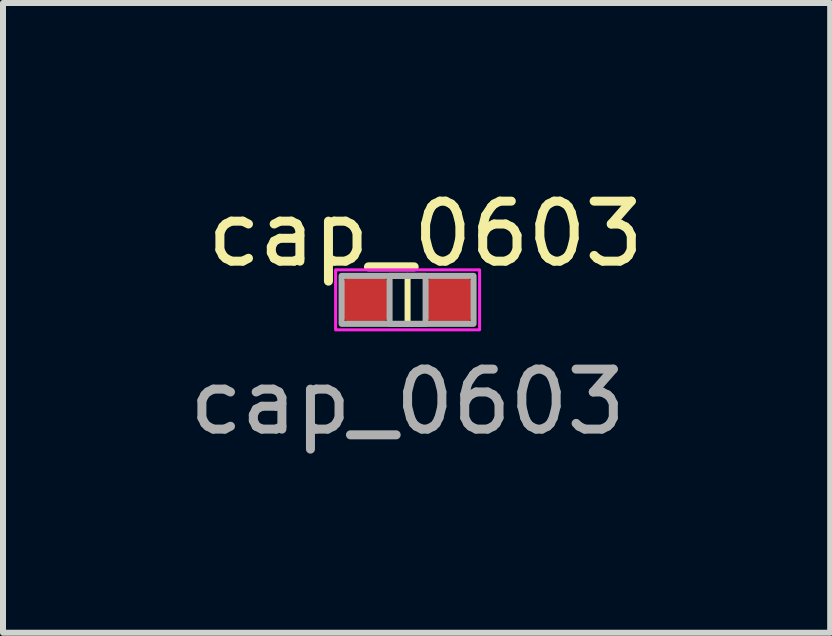
<source format=kicad_pcb>
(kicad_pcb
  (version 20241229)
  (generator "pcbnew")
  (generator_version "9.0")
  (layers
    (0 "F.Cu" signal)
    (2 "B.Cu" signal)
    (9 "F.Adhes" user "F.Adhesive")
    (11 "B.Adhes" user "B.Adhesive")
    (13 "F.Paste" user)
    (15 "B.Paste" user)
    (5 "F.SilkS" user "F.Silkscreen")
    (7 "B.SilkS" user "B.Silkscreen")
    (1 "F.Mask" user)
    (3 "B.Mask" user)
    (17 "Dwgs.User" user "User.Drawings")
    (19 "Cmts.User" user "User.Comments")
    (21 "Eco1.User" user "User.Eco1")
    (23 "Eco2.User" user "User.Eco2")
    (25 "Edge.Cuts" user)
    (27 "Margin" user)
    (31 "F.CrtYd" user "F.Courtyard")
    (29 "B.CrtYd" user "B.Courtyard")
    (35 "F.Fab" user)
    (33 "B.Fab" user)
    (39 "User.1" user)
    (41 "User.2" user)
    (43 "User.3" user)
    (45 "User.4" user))
  (footprint "cap_0603"
    (layer "F.Cu")
    (at 3.744 1.948)
    (property "Reference" "cap_0603" (at 0.3 -1.1 0) (unlocked yes) (layer "F.SilkS") (effects (font (size 1 1) (thickness 0.15))))
    (attr smd)
    (fp_line (start 0 -0.4) (end 0 0.4) (stroke (width 0.1) (type default)) (layer "F.SilkS"))
    (fp_rect (start -1.2 -0.5) (end 1.2 0.5) (stroke (width 0.05) (type default)) (fill no) (layer "F.CrtYd"))
    (fp_rect (start -1.1 -0.4) (end 1.1 0.4) (stroke (width 0.1) (type default)) (fill no) (layer "F.Fab"))
    (fp_rect (start -0.3 -0.4) (end 0.3 0.4) (stroke (width 0.1) (type default)) (fill no) (layer "F.Fab"))
    (fp_text user "${REFERENCE}" (at 0 1.7 0) (unlocked yes) (layer "F.Fab") (effects (font (size 1 1) (thickness 0.15))))
    (pad "1" smd roundrect (at -0.7 0) (size 0.8 0.8) (layers "F.Cu" "F.Mask" "F.Paste") (roundrect_rratio 0.25))
    (pad "2" smd roundrect (at 0.7 0) (size 0.8 0.8) (layers "F.Cu" "F.Mask" "F.Paste") (roundrect_rratio 0.25)))
  (gr_rect
    (start -3 -3)
    (end 10.788 7.497)
    (stroke (width 0.1) (type default))
    (fill no)
    (layer "Edge.Cuts")))
</source>
